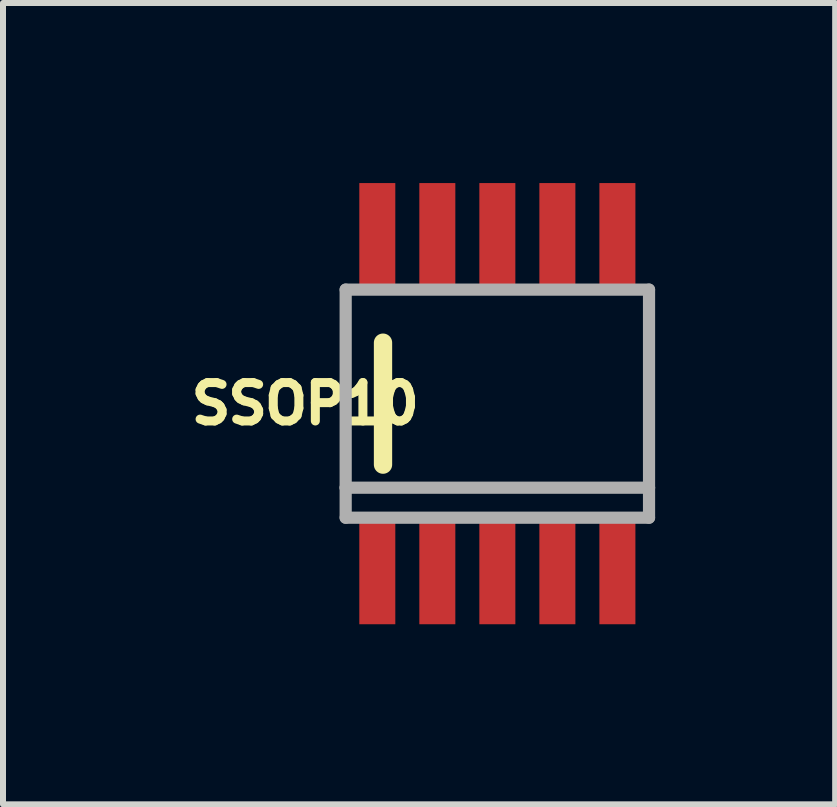
<source format=kicad_pcb>
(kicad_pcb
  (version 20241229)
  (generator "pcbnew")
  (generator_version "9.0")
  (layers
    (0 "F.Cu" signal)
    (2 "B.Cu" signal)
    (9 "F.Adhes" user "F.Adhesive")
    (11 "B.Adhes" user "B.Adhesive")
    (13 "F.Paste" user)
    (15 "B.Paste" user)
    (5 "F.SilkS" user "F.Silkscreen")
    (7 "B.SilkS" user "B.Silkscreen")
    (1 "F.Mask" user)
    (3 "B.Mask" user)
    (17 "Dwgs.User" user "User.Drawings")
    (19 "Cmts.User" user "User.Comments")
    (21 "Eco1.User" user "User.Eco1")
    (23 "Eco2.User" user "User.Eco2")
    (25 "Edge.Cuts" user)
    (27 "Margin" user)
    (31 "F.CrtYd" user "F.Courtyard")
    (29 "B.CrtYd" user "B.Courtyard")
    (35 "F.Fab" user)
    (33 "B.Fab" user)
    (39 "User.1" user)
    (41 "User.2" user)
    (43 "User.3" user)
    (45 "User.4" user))
  (footprint "SSOP10"
    (layer "F.Cu")
    (at 5.236 3.675)
    (property "Reference" "SSOP10" (at -3.2 0 180) (layer "F.SilkS") (effects (font (size 0.64 0.64) (thickness 0.15))))
    (attr smd)
    (fp_line (start -1.905 1.016) (end -1.905 -1.016) (stroke (width 0.305) (type solid)) (layer "F.SilkS"))
    (fp_line (start -2.527 -1.9) (end 2.527 -1.9) (stroke (width 0.203) (type solid)) (layer "F.Fab"))
    (fp_line (start -2.527 1.4) (end -2.527 -1.9) (stroke (width 0.203) (type solid)) (layer "F.Fab"))
    (fp_line (start -2.527 1.9) (end -2.527 1.4) (stroke (width 0.203) (type solid)) (layer "F.Fab"))
    (fp_line (start 2.527 -1.9) (end 2.527 1.4) (stroke (width 0.203) (type solid)) (layer "F.Fab"))
    (fp_line (start 2.527 1.4) (end -2.527 1.4) (stroke (width 0.203) (type solid)) (layer "F.Fab"))
    (fp_line (start 2.527 1.4) (end 2.527 1.9) (stroke (width 0.203) (type solid)) (layer "F.Fab"))
    (fp_line (start 2.527 1.9) (end -2.527 1.9) (stroke (width 0.203) (type solid)) (layer "F.Fab"))
    (pad "1" smd rect (at -2 2.8) (size 0.6 1.75) (layers "F.Cu" "F.Mask" "F.Paste"))
    (pad "2" smd rect (at -1 2.8) (size 0.6 1.75) (layers "F.Cu" "F.Mask" "F.Paste"))
    (pad "3" smd rect (at 0 2.8) (size 0.6 1.75) (layers "F.Cu" "F.Mask" "F.Paste"))
    (pad "4" smd rect (at 1 2.8) (size 0.6 1.75) (layers "F.Cu" "F.Mask" "F.Paste"))
    (pad "5" smd rect (at 2 2.8) (size 0.6 1.75) (layers "F.Cu" "F.Mask" "F.Paste"))
    (pad "6" smd rect (at 2 -2.8) (size 0.6 1.75) (layers "F.Cu" "F.Mask" "F.Paste"))
    (pad "7" smd rect (at 1 -2.8) (size 0.6 1.75) (layers "F.Cu" "F.Mask" "F.Paste"))
    (pad "8" smd rect (at 0 -2.8) (size 0.6 1.75) (layers "F.Cu" "F.Mask" "F.Paste"))
    (pad "9" smd rect (at -1 -2.8) (size 0.6 1.75) (layers "F.Cu" "F.Mask" "F.Paste"))
    (pad "10" smd rect (at -2 -2.8) (size 0.6 1.75) (layers "F.Cu" "F.Mask" "F.Paste")))
  (gr_rect
    (start -3 -3)
    (end 10.864 10.35)
    (stroke (width 0.1) (type default))
    (fill no)
    (layer "Edge.Cuts")))
</source>
